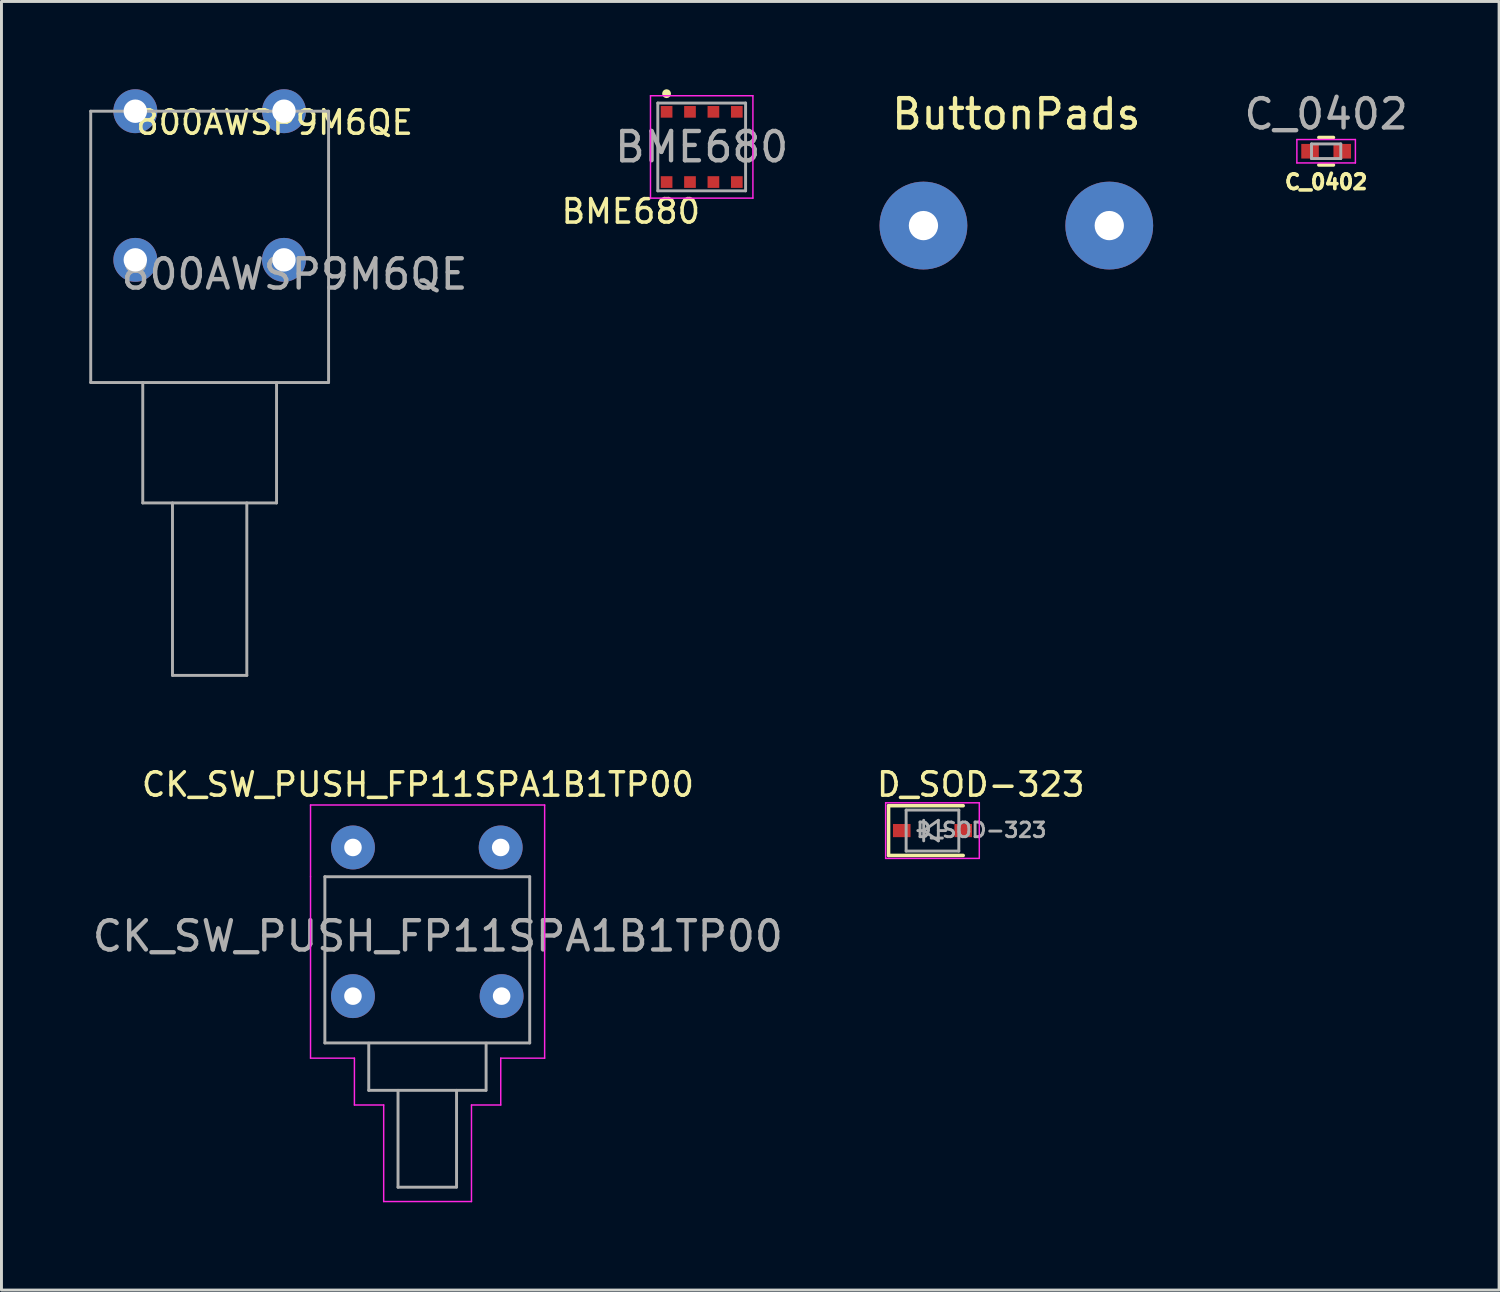
<source format=kicad_pcb>
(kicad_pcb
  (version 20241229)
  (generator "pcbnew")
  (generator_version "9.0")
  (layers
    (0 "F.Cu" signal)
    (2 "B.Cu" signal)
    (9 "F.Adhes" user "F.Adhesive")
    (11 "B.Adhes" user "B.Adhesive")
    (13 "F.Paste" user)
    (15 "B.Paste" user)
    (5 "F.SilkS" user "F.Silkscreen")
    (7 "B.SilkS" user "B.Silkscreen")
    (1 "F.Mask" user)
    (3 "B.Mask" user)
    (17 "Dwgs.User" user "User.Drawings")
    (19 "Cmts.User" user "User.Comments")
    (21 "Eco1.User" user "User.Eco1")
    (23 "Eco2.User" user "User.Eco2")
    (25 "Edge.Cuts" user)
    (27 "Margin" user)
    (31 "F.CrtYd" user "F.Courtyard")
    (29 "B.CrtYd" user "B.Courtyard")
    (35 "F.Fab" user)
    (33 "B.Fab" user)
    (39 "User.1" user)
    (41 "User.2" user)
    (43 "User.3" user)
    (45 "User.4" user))
  (footprint "C_0402"
    (layer "F.Cu")
    (at 42.266 2.118)
    (property "Reference" "C_0402" (at 0 1.05 0) (layer "F.SilkS") (effects (font (size 0.5 0.5) (thickness 0.125))))
    (attr smd)
    (fp_line (start -0.25 0.47) (end 0.25 0.47) (stroke (width 0.12) (type solid)) (layer "F.SilkS"))
    (fp_line (start 0.25 -0.47) (end -0.25 -0.47) (stroke (width 0.12) (type solid)) (layer "F.SilkS"))
    (fp_line (start -1 -0.4) (end -1 0.4) (stroke (width 0.05) (type solid)) (layer "F.CrtYd"))
    (fp_line (start -1 -0.4) (end 1 -0.4) (stroke (width 0.05) (type solid)) (layer "F.CrtYd"))
    (fp_line (start 1 0.4) (end -1 0.4) (stroke (width 0.05) (type solid)) (layer "F.CrtYd"))
    (fp_line (start 1 0.4) (end 1 -0.4) (stroke (width 0.05) (type solid)) (layer "F.CrtYd"))
    (fp_line (start -0.5 -0.25) (end 0.5 -0.25) (stroke (width 0.1) (type solid)) (layer "F.Fab"))
    (fp_line (start -0.5 0.25) (end -0.5 -0.25) (stroke (width 0.1) (type solid)) (layer "F.Fab"))
    (fp_line (start 0.5 -0.25) (end 0.5 0.25) (stroke (width 0.1) (type solid)) (layer "F.Fab"))
    (fp_line (start 0.5 0.25) (end -0.5 0.25) (stroke (width 0.1) (type solid)) (layer "F.Fab"))
    (fp_text user "${REFERENCE}" (at 0 -1.27 0) (layer "F.Fab") (effects (font (size 1 1) (thickness 0.15))))
    (pad "1" smd rect (at -0.55 0) (size 0.6 0.5) (layers "F.Cu" "F.Mask" "F.Paste"))
    (pad "2" smd rect (at 0.55 0) (size 0.6 0.5) (layers "F.Cu" "F.Mask" "F.Paste")))
  (footprint "CK_SW_PUSH_FP11SPA1B1TP00"
    (layer "F.Cu")
    (at 9.011 25.909)
    (property "Reference" "CK_SW_PUSH_FP11SPA1B1TP00" (at 2.22 -2.152 0) (layer "F.SilkS") (effects (font (size 0.8 0.8) (thickness 0.12))))
    (attr through_hole)
    (fp_line (start -1.45 -1.45) (end -1.45 1) (stroke (width 0.05) (type solid)) (layer "F.CrtYd"))
    (fp_line (start -1.45 1) (end -1.45 7.2) (stroke (width 0.05) (type solid)) (layer "F.CrtYd"))
    (fp_line (start -1.45 7.2) (end 0.05 7.2) (stroke (width 0.05) (type solid)) (layer "F.CrtYd"))
    (fp_line (start 0.05 7.2) (end 0.05 8.8) (stroke (width 0.05) (type solid)) (layer "F.CrtYd"))
    (fp_line (start 0.05 8.8) (end 1.05 8.8) (stroke (width 0.05) (type solid)) (layer "F.CrtYd"))
    (fp_line (start 1.05 8.8) (end 1.05 12.1) (stroke (width 0.05) (type solid)) (layer "F.CrtYd"))
    (fp_line (start 1.05 12.1) (end 4.05 12.1) (stroke (width 0.05) (type solid)) (layer "F.CrtYd"))
    (fp_line (start 4.05 8.8) (end 5.05 8.8) (stroke (width 0.05) (type solid)) (layer "F.CrtYd"))
    (fp_line (start 4.05 12.1) (end 4.05 8.8) (stroke (width 0.05) (type solid)) (layer "F.CrtYd"))
    (fp_line (start 5.05 7.2) (end 6.55 7.2) (stroke (width 0.05) (type solid)) (layer "F.CrtYd"))
    (fp_line (start 5.05 8.8) (end 5.05 7.2) (stroke (width 0.05) (type solid)) (layer "F.CrtYd"))
    (fp_line (start 6.55 -1.45) (end -1.45 -1.45) (stroke (width 0.05) (type solid)) (layer "F.CrtYd"))
    (fp_line (start 6.55 7.2) (end 6.55 -1.45) (stroke (width 0.05) (type solid)) (layer "F.CrtYd"))
    (fp_line (start -0.96 1) (end 6.04 1) (stroke (width 0.1) (type solid)) (layer "F.Fab"))
    (fp_line (start -0.96 6.68) (end -0.96 1) (stroke (width 0.1) (type solid)) (layer "F.Fab"))
    (fp_line (start -0.96 6.68) (end 6.04 6.68) (stroke (width 0.1) (type solid)) (layer "F.Fab"))
    (fp_line (start 0.54 8.3) (end 0.54 6.69) (stroke (width 0.1) (type solid)) (layer "F.Fab"))
    (fp_line (start 0.54 8.3) (end 4.54 8.3) (stroke (width 0.1) (type solid)) (layer "F.Fab"))
    (fp_line (start 1.54 8.3) (end 1.54 11.61) (stroke (width 0.1) (type solid)) (layer "F.Fab"))
    (fp_line (start 3.54 8.3) (end 3.54 11.6) (stroke (width 0.1) (type solid)) (layer "F.Fab"))
    (fp_line (start 3.54 11.61) (end 1.54 11.61) (stroke (width 0.1) (type solid)) (layer "F.Fab"))
    (fp_line (start 4.55 8.3) (end 4.55 6.69) (stroke (width 0.1) (type solid)) (layer "F.Fab"))
    (fp_line (start 6.04 1) (end 6.04 6.68) (stroke (width 0.1) (type solid)) (layer "F.Fab"))
    (fp_text user "${REFERENCE}" (at 2.9 3.03 0) (layer "F.Fab") (effects (font (size 1 1) (thickness 0.15))))
    (pad "1" thru_hole circle (at 0 0) (size 1.5 1.5) (drill 0.6) (layers "*.Cu" "*.Mask"))
    (pad "2" thru_hole circle (at 5.048 0) (size 1.5 1.5) (drill 0.6) (layers "*.Cu" "*.Mask"))
    (pad "SH" thru_hole circle (at 0 5.08) (size 1.5 1.5) (drill 0.6) (layers "*.Cu" "*.Mask"))
    (pad "SH" thru_hole circle (at 5.08 5.08) (size 1.5 1.5) (drill 0.6) (layers "*.Cu" "*.Mask")))
  (footprint "BME680"
    (layer "F.Cu")
    (at 20.928 1.971)
    (property "Reference" "BME680" (at -2.422 2.202 0) (layer "F.SilkS") (effects (font (size 0.8 0.8) (thickness 0.12))))
    (attr smd)
    (fp_circle (center -1.2 -1.82) (end -1.17 -1.89) (stroke (width 0.15) (type solid)) (fill no) (layer "F.SilkS"))
    (fp_line (start -1.75 -1.75) (end 1.75 -1.75) (stroke (width 0.05) (type solid)) (layer "F.CrtYd"))
    (fp_line (start -1.75 1.75) (end -1.75 -1.75) (stroke (width 0.05) (type solid)) (layer "F.CrtYd"))
    (fp_line (start 1.75 -1.75) (end 1.75 1.75) (stroke (width 0.05) (type solid)) (layer "F.CrtYd"))
    (fp_line (start 1.75 1.75) (end -1.75 1.75) (stroke (width 0.05) (type solid)) (layer "F.CrtYd"))
    (fp_line (start -1.5 -1.5) (end 1.5 -1.5) (stroke (width 0.1) (type solid)) (layer "F.Fab"))
    (fp_line (start -1.5 1.5) (end -1.5 -1.5) (stroke (width 0.1) (type solid)) (layer "F.Fab"))
    (fp_line (start 1.5 -1.5) (end 1.5 1.5) (stroke (width 0.1) (type solid)) (layer "F.Fab"))
    (fp_line (start 1.5 1.5) (end -1.5 1.5) (stroke (width 0.1) (type solid)) (layer "F.Fab"))
    (fp_text user "${REFERENCE}" (at 0 0 0) (layer "F.Fab") (effects (font (size 1 1) (thickness 0.15))))
    (pad "1" smd rect (at -1.2 -1.2 90) (size 0.4 0.4) (layers "F.Cu" "F.Mask" "F.Paste"))
    (pad "2" smd rect (at -0.4 -1.2 90) (size 0.4 0.4) (layers "F.Cu" "F.Mask" "F.Paste"))
    (pad "3" smd rect (at 0.4 -1.2 90) (size 0.4 0.4) (layers "F.Cu" "F.Mask" "F.Paste"))
    (pad "4" smd rect (at 1.2 -1.2 90) (size 0.4 0.4) (layers "F.Cu" "F.Mask" "F.Paste"))
    (pad "5" smd rect (at 1.2 1.2 90) (size 0.4 0.4) (layers "F.Cu" "F.Mask" "F.Paste"))
    (pad "6" smd rect (at 0.4 1.2 90) (size 0.4 0.4) (layers "F.Cu" "F.Mask" "F.Paste"))
    (pad "7" smd rect (at -0.4 1.2 90) (size 0.4 0.4) (layers "F.Cu" "F.Mask" "F.Paste"))
    (pad "8" smd rect (at -1.2 1.2 90) (size 0.4 0.4) (layers "F.Cu" "F.Mask" "F.Paste")))
  (footprint "ButtonPads"
    (layer "F.Cu")
    (at 31.68 4.658)
    (property "Reference" "ButtonPads" (at 0 -3.81 0) (layer "F.SilkS") (effects (font (size 1 1) (thickness 0.15))))
    (attr through_hole)
    (pad "1" thru_hole circle (at -3.175 0) (size 3 3) (drill 1) (layers "*.Cu" "*.Mask"))
    (pad "2" thru_hole circle (at 3.175 0) (size 3 3) (drill 1) (layers "*.Cu" "*.Mask")))
  (footprint "D_SOD-323"
    (layer "F.Cu")
    (at 28.814 25.332)
    (property "Reference" "D_SOD-323" (at 1.65 -1.575 0) (layer "F.SilkS") (effects (font (size 0.8 0.8) (thickness 0.12))))
    (attr smd)
    (fp_line (start -1.5 -0.85) (end -1.5 0.85) (stroke (width 0.12) (type solid)) (layer "F.SilkS"))
    (fp_line (start -1.5 -0.85) (end 1.05 -0.85) (stroke (width 0.12) (type solid)) (layer "F.SilkS"))
    (fp_line (start -1.5 0.85) (end 1.05 0.85) (stroke (width 0.12) (type solid)) (layer "F.SilkS"))
    (fp_line (start -1.6 -0.95) (end -1.6 0.95) (stroke (width 0.05) (type solid)) (layer "F.CrtYd"))
    (fp_line (start -1.6 -0.95) (end 1.6 -0.95) (stroke (width 0.05) (type solid)) (layer "F.CrtYd"))
    (fp_line (start -1.6 0.95) (end 1.6 0.95) (stroke (width 0.05) (type solid)) (layer "F.CrtYd"))
    (fp_line (start 1.6 -0.95) (end 1.6 0.95) (stroke (width 0.05) (type solid)) (layer "F.CrtYd"))
    (fp_line (start -0.9 -0.7) (end 0.9 -0.7) (stroke (width 0.1) (type solid)) (layer "F.Fab"))
    (fp_line (start -0.9 0.7) (end -0.9 -0.7) (stroke (width 0.1) (type solid)) (layer "F.Fab"))
    (fp_line (start -0.3 -0.35) (end -0.3 0.35) (stroke (width 0.1) (type solid)) (layer "F.Fab"))
    (fp_line (start -0.3 0) (end -0.5 0) (stroke (width 0.1) (type solid)) (layer "F.Fab"))
    (fp_line (start -0.3 0) (end 0.2 -0.35) (stroke (width 0.1) (type solid)) (layer "F.Fab"))
    (fp_line (start 0.2 -0.35) (end 0.2 0.35) (stroke (width 0.1) (type solid)) (layer "F.Fab"))
    (fp_line (start 0.2 0) (end 0.45 0) (stroke (width 0.1) (type solid)) (layer "F.Fab"))
    (fp_line (start 0.2 0.35) (end -0.3 0) (stroke (width 0.1) (type solid)) (layer "F.Fab"))
    (fp_line (start 0.9 -0.7) (end 0.9 0.7) (stroke (width 0.1) (type solid)) (layer "F.Fab"))
    (fp_line (start 0.9 0.7) (end -0.9 0.7) (stroke (width 0.1) (type solid)) (layer "F.Fab"))
    (fp_text user "${REFERENCE}" (at 1.671 -0.018 0) (layer "F.Fab") (effects (font (size 0.5 0.5) (thickness 0.1))))
    (pad "1" smd rect (at -1.05 0) (size 0.6 0.45) (layers "F.Cu" "F.Mask" "F.Paste"))
    (pad "2" smd rect (at 1.05 0) (size 0.6 0.45) (layers "F.Cu" "F.Mask" "F.Paste")))
  (footprint "800AWSP9M6QE"
    (layer "F.Cu")
    (at 4.114 3.29)
    (property "Reference" "800AWSP9M6QE" (at 2.22 -2.152 0) (layer "F.SilkS") (effects (font (size 0.8 0.8) (thickness 0.12))))
    (attr through_hole)
    (fp_line (start -4.064 -2.54) (end -4.064 6.731) (stroke (width 0.1) (type solid)) (layer "F.Fab"))
    (fp_line (start -4.064 -2.54) (end 4.064 -2.54) (stroke (width 0.1) (type solid)) (layer "F.Fab"))
    (fp_line (start -4.064 6.731) (end 4.064 6.731) (stroke (width 0.1) (type solid)) (layer "F.Fab"))
    (fp_line (start -2.286 6.731) (end -2.286 10.846) (stroke (width 0.1) (type solid)) (layer "F.Fab"))
    (fp_line (start -2.286 10.846) (end 2.286 10.846) (stroke (width 0.1) (type solid)) (layer "F.Fab"))
    (fp_line (start -1.27 10.846) (end -1.27 16.739) (stroke (width 0.1) (type solid)) (layer "F.Fab"))
    (fp_line (start -1.27 16.739) (end 1.27 16.739) (stroke (width 0.1) (type solid)) (layer "F.Fab"))
    (fp_line (start 1.27 10.846) (end 1.27 16.739) (stroke (width 0.1) (type solid)) (layer "F.Fab"))
    (fp_line (start 2.286 6.731) (end 2.286 10.846) (stroke (width 0.1) (type solid)) (layer "F.Fab"))
    (fp_line (start 4.064 -2.54) (end 4.064 6.731) (stroke (width 0.1) (type solid)) (layer "F.Fab"))
    (fp_text user "${REFERENCE}" (at 2.9 3.03 0) (layer "F.Fab") (effects (font (size 1 1) (thickness 0.15))))
    (pad "1" thru_hole circle (at -2.54 -2.54) (size 1.5 1.5) (drill 0.8) (layers "*.Cu" "*.Mask"))
    (pad "2" thru_hole circle (at 2.54 -2.54) (size 1.5 1.5) (drill 0.8) (layers "*.Cu" "*.Mask"))
    (pad "SH" thru_hole circle (at -2.54 2.54) (size 1.5 1.5) (drill 0.8) (layers "*.Cu" "*.Mask"))
    (pad "SH" thru_hole circle (at 2.54 2.54) (size 1.5 1.5) (drill 0.8) (layers "*.Cu" "*.Mask")))
  (gr_rect
    (start -3 -3)
    (end 48.176 41.034)
    (stroke (width 0.1) (type default))
    (fill no)
    (layer "Edge.Cuts")))
</source>
